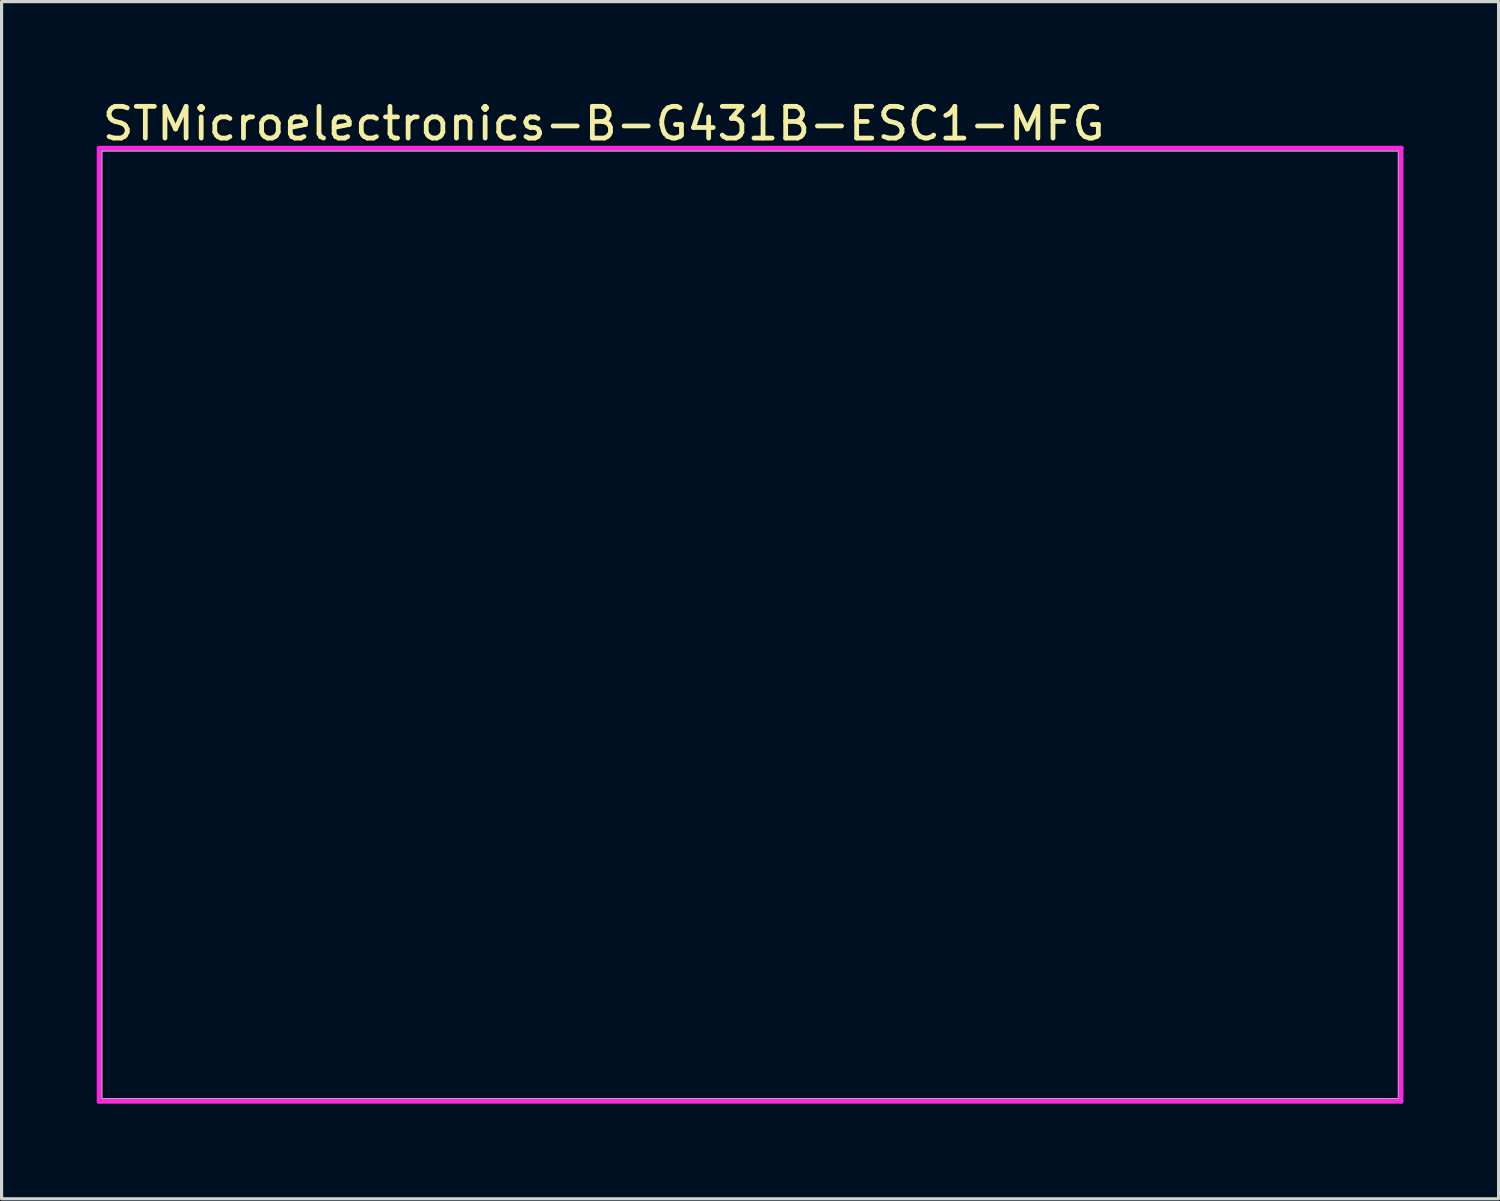
<source format=kicad_pcb>
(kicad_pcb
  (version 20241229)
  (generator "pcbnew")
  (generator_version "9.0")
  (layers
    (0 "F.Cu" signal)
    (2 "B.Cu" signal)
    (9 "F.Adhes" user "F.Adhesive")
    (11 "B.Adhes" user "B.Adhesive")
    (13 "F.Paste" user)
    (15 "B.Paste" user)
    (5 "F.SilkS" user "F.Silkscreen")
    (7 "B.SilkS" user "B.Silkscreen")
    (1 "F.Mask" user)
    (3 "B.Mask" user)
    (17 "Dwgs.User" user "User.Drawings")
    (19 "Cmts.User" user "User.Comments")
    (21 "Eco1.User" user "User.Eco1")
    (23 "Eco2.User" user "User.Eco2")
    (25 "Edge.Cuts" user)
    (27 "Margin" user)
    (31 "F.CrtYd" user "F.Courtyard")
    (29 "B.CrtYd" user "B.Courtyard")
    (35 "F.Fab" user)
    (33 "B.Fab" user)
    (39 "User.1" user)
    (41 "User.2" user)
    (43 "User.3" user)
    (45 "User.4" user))
  (footprint "STMicroelectronics-B-G431B-ESC1-MFG"
    (layer "F.Cu")
    (at 20.6 16.648)
    (property "Reference" "STMicroelectronics-B-G431B-ESC1-MFG" (at -20.5 -15.8 0) (layer "F.SilkS") (effects (font (size 1 1) (thickness 0.15)) (justify left)))
    (attr through_hole)
    (fp_line (start -20.5 -15) (end 20.5 -15) (stroke (width 0.15) (type solid)) (layer "F.SilkS"))
    (fp_line (start -20.5 15) (end -20.5 -15) (stroke (width 0.15) (type solid)) (layer "F.SilkS"))
    (fp_line (start -20.5 15) (end 20.5 15) (stroke (width 0.15) (type solid)) (layer "F.SilkS"))
    (fp_line (start 20.5 15) (end 20.5 -15) (stroke (width 0.15) (type solid)) (layer "F.SilkS"))
    (fp_line (start -20.525 -15.025) (end -20.525 15.025) (stroke (width 0.15) (type solid)) (layer "F.CrtYd"))
    (fp_line (start -20.525 15.025) (end 20.525 15.025) (stroke (width 0.15) (type solid)) (layer "F.CrtYd"))
    (fp_line (start 20.525 -15.025) (end -20.525 -15.025) (stroke (width 0.15) (type solid)) (layer "F.CrtYd"))
    (fp_line (start 20.525 -15.025) (end 20.525 -15.025) (stroke (width 0.15) (type solid)) (layer "F.CrtYd"))
    (fp_line (start 20.525 15.025) (end 20.525 -15.025) (stroke (width 0.15) (type solid)) (layer "F.CrtYd"))
    (fp_line (start -20.5 -15) (end 20.5 -15) (stroke (width 0.15) (type solid)) (layer "F.Fab"))
    (fp_line (start -20.5 15) (end -20.5 -15) (stroke (width 0.15) (type solid)) (layer "F.Fab"))
    (fp_line (start 20.5 -15) (end 20.5 15) (stroke (width 0.15) (type solid)) (layer "F.Fab"))
    (fp_line (start 20.5 15) (end -20.5 15) (stroke (width 0.15) (type solid)) (layer "F.Fab")))
  (gr_rect
    (start -3 -3)
    (end 44.2 34.748)
    (stroke (width 0.1) (type default))
    (fill no)
    (layer "Edge.Cuts")))
</source>
